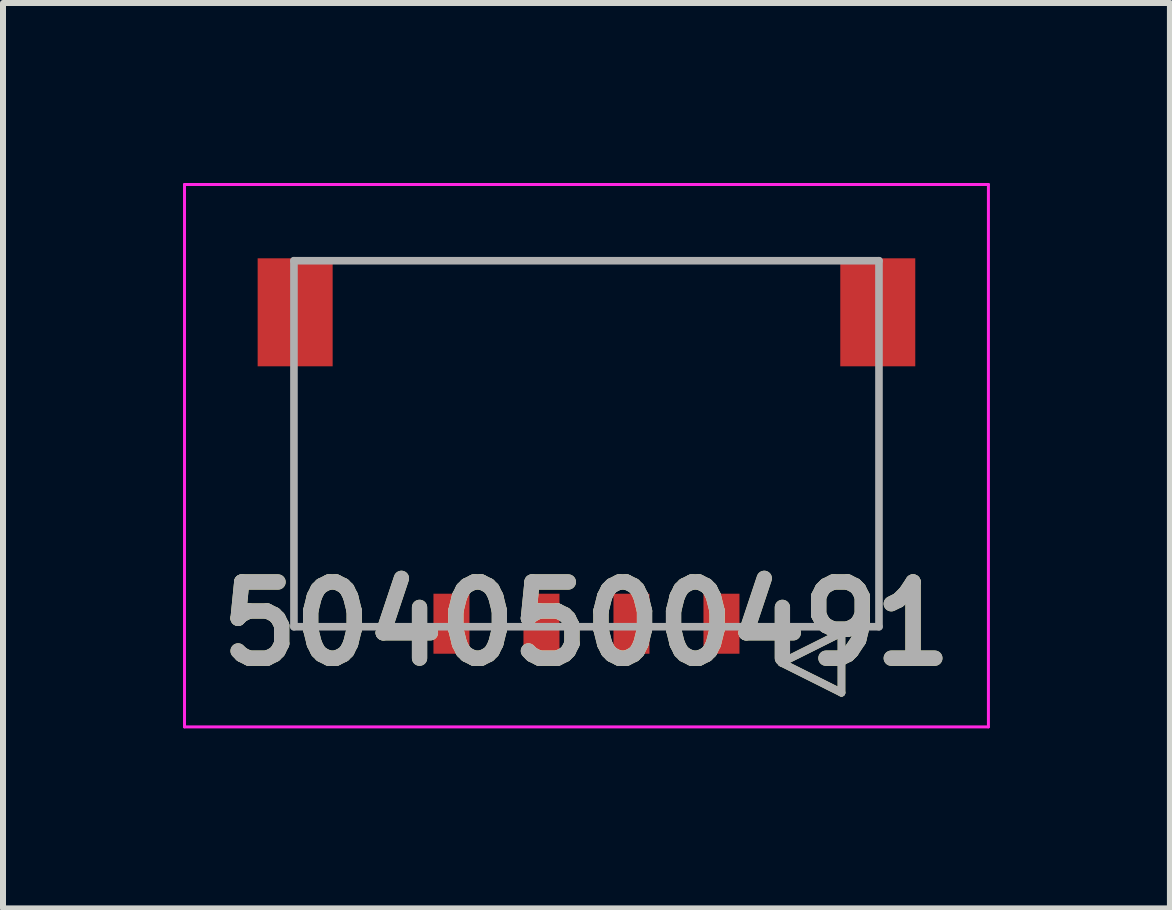
<source format=kicad_pcb>
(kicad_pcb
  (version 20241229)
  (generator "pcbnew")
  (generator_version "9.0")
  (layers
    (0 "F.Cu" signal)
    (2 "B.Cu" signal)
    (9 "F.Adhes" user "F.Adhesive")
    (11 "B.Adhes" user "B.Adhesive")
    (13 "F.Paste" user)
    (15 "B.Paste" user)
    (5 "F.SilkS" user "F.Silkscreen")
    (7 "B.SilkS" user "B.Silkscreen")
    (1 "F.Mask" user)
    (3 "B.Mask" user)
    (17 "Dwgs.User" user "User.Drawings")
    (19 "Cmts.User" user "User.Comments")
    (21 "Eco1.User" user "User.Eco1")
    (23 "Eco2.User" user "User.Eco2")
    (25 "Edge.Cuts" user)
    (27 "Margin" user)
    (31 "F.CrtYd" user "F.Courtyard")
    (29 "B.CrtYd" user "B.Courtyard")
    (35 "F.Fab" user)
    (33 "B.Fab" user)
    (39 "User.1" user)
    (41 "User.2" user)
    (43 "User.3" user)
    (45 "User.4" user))
  (footprint "5040500491"
    (layer "F.Cu")
    (at 6.724 7.345)
    (property "Reference" "5040500491" (at 0 0 0) (layer "F.SilkS") (effects (font (size 1.27 1.27) (thickness 0.254))))
    (attr smd)
    (fp_line (start 3.25 0.65) (end 4.25 0.15) (stroke (width 0.127) (type solid)) (layer "F.SilkS"))
    (fp_line (start 4.25 0.15) (end 4.25 1.15) (stroke (width 0.127) (type solid)) (layer "F.SilkS"))
    (fp_line (start 4.25 1.15) (end 3.25 0.65) (stroke (width 0.127) (type solid)) (layer "F.SilkS"))
    (fp_line (start -6.699 -7.32) (end 6.699 -7.32) (stroke (width 0.05) (type solid)) (layer "F.CrtYd"))
    (fp_line (start -6.699 1.719) (end -6.699 -7.32) (stroke (width 0.05) (type solid)) (layer "F.CrtYd"))
    (fp_line (start 6.699 -7.32) (end 6.699 1.719) (stroke (width 0.05) (type solid)) (layer "F.CrtYd"))
    (fp_line (start 6.699 1.719) (end -6.699 1.719) (stroke (width 0.05) (type solid)) (layer "F.CrtYd"))
    (fp_line (start -4.875 -6.05) (end 4.875 -6.05) (stroke (width 0.127) (type solid)) (layer "F.Fab"))
    (fp_line (start -4.875 0.05) (end -4.875 -6.05) (stroke (width 0.127) (type solid)) (layer "F.Fab"))
    (fp_line (start 3.25 0.65) (end 4.25 0.15) (stroke (width 0.127) (type solid)) (layer "F.Fab"))
    (fp_line (start 4.25 0.15) (end 4.25 1.15) (stroke (width 0.127) (type solid)) (layer "F.Fab"))
    (fp_line (start 4.25 1.15) (end 3.25 0.65) (stroke (width 0.127) (type solid)) (layer "F.Fab"))
    (fp_line (start 4.875 -6.05) (end 4.875 0.05) (stroke (width 0.127) (type solid)) (layer "F.Fab"))
    (fp_line (start 4.875 0.05) (end -4.875 0.05) (stroke (width 0.127) (type solid)) (layer "F.Fab"))
    (fp_text user "${REFERENCE}" (at 0 0 0) (layer "F.Fab") (effects (font (size 1.27 1.27) (thickness 0.254))))
    (pad "1" smd rect (at 2.25 0) (size 0.6 1) (layers "F.Cu" "F.Mask" "F.Paste"))
    (pad "2" smd rect (at 0.75 0) (size 0.6 1) (layers "F.Cu" "F.Mask" "F.Paste"))
    (pad "3" smd rect (at -0.75 0) (size 0.6 1) (layers "F.Cu" "F.Mask" "F.Paste"))
    (pad "4" smd rect (at -2.25 0) (size 0.6 1) (layers "F.Cu" "F.Mask" "F.Paste"))
    (pad "5" smd rect (at 4.855 -5.19) (size 1.25 1.8) (layers "F.Cu" "F.Mask" "F.Paste"))
    (pad "6" smd rect (at -4.855 -5.19) (size 1.25 1.8) (layers "F.Cu" "F.Mask" "F.Paste")))
  (gr_rect
    (start -3 -3)
    (end 16.448 12.089)
    (stroke (width 0.1) (type default))
    (fill no)
    (layer "Edge.Cuts")))
</source>
